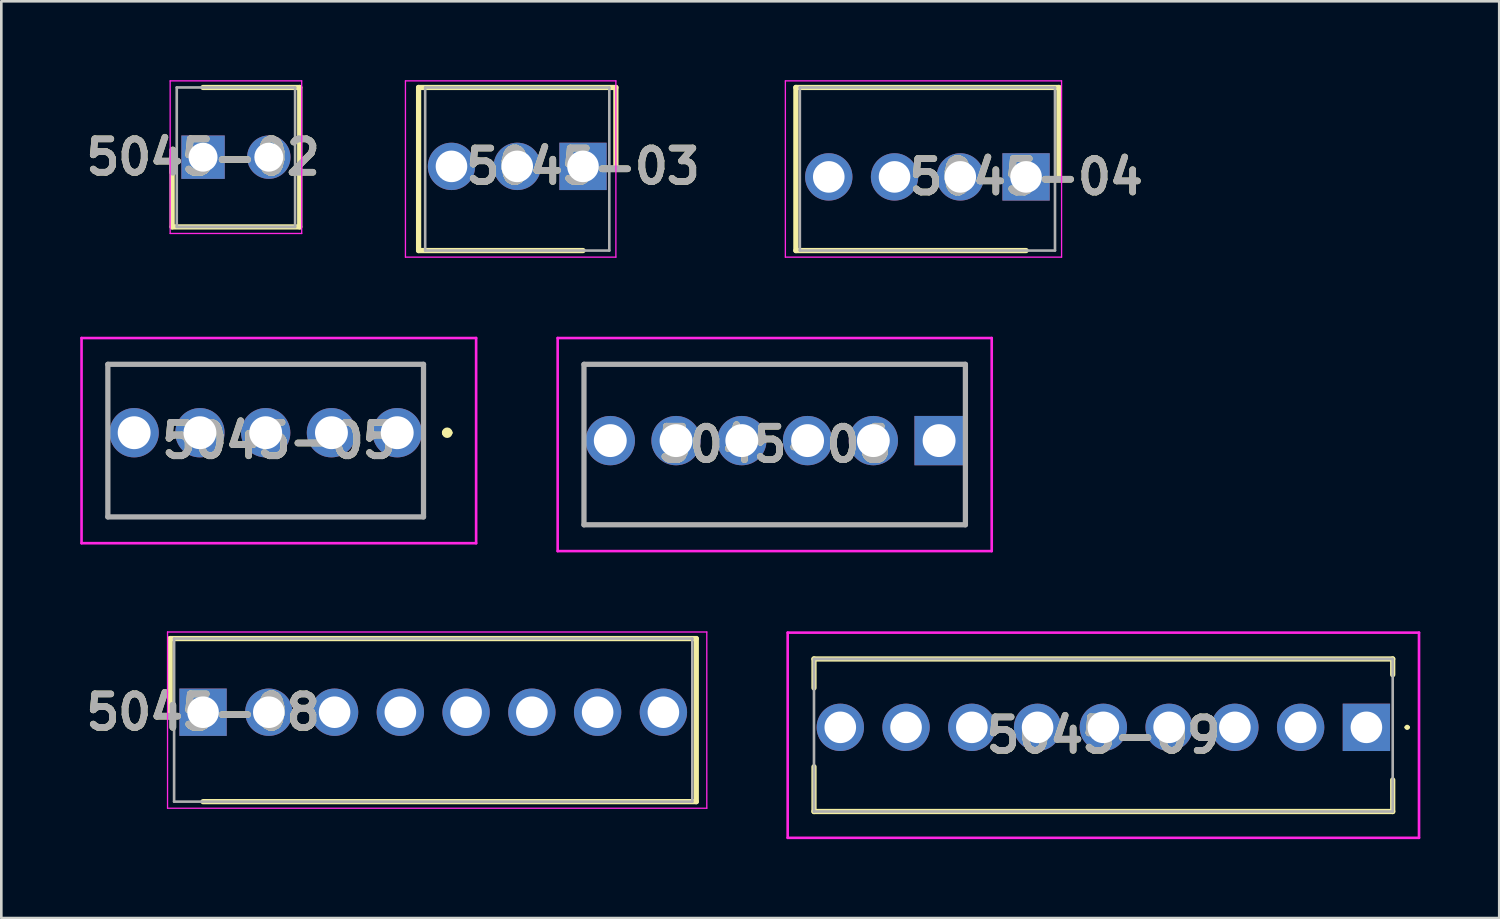
<source format=kicad_pcb>
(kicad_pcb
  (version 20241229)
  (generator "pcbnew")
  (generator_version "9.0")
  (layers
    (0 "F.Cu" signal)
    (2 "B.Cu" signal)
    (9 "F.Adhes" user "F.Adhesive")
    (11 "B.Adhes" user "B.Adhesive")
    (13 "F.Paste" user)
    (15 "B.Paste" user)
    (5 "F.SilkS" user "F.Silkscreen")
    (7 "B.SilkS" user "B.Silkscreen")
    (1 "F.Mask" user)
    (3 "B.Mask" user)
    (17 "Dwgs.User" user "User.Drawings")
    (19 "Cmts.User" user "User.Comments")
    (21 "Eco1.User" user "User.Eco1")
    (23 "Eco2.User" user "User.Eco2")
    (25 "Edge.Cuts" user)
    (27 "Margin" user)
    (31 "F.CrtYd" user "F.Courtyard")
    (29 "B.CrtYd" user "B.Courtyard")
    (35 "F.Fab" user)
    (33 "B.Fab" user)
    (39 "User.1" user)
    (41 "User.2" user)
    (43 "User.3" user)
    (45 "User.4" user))
  (footprint "5045-03"
    (layer "F.Cu")
    (at 19.113 3.275)
    (property "Reference" "5045-03" (at 0 0 0) (layer "F.SilkS") (effects (font (size 1.27 1.27) (thickness 0.254))))
    (attr through_hole)
    (fp_line (start -6.25 -3) (end 1.25 -3) (stroke (width 0.2) (type solid)) (layer "F.SilkS"))
    (fp_line (start -6.25 3.2) (end -6.25 -3) (stroke (width 0.2) (type solid)) (layer "F.SilkS"))
    (fp_line (start 0 3.2) (end -6.25 3.2) (stroke (width 0.2) (type solid)) (layer "F.SilkS"))
    (fp_line (start 1.25 -3) (end 1.25 0) (stroke (width 0.2) (type solid)) (layer "F.SilkS"))
    (fp_line (start -6.75 -3.25) (end 1.25 -3.25) (stroke (width 0.05) (type solid)) (layer "F.CrtYd"))
    (fp_line (start -6.75 3.45) (end -6.75 -3.25) (stroke (width 0.05) (type solid)) (layer "F.CrtYd"))
    (fp_line (start 1.25 -3.25) (end 1.25 3.45) (stroke (width 0.05) (type solid)) (layer "F.CrtYd"))
    (fp_line (start 1.25 3.45) (end -6.75 3.45) (stroke (width 0.05) (type solid)) (layer "F.CrtYd"))
    (fp_line (start -6 -3) (end 1 -3) (stroke (width 0.1) (type solid)) (layer "F.Fab"))
    (fp_line (start -6 3.2) (end -6 -3) (stroke (width 0.1) (type solid)) (layer "F.Fab"))
    (fp_line (start 1 -3) (end 1 3.2) (stroke (width 0.1) (type solid)) (layer "F.Fab"))
    (fp_line (start 1 3.2) (end -6 3.2) (stroke (width 0.1) (type solid)) (layer "F.Fab"))
    (fp_text user "${REFERENCE}" (at 0 0 0) (layer "F.Fab") (effects (font (size 1.27 1.27) (thickness 0.254))))
    (pad "1" thru_hole rect (at 0 0) (size 1.8 1.8) (drill 1.2) (layers "*.Cu" "*.Mask"))
    (pad "2" thru_hole circle (at -2.5 0) (size 1.8 1.8) (drill 1.2) (layers "*.Cu" "*.Mask"))
    (pad "3" thru_hole circle (at -5 0) (size 1.8 1.8) (drill 1.2) (layers "*.Cu" "*.Mask")))
  (footprint "5045-06"
    (layer "F.Cu")
    (at 32.65 13.7)
    (property "Reference" "5045-06" (at -6.25 0.15 0) (layer "F.SilkS") (effects (font (size 1.27 1.27) (thickness 0.254))))
    (attr through_hole)
    (fp_line (start -13.5 -2.9) (end 1 -2.9) (stroke (width 0.1) (type solid)) (layer "F.SilkS"))
    (fp_line (start -13.5 -1) (end -13.5 -2.9) (stroke (width 0.1) (type solid)) (layer "F.SilkS"))
    (fp_line (start -13.5 1) (end -13.5 3) (stroke (width 0.1) (type solid)) (layer "F.SilkS"))
    (fp_line (start -13.5 3) (end -13.5 3.2) (stroke (width 0.1) (type solid)) (layer "F.SilkS"))
    (fp_line (start -13.5 3.2) (end 1 3.2) (stroke (width 0.1) (type solid)) (layer "F.SilkS"))
    (fp_line (start 1 -2.9) (end 1 -1.5) (stroke (width 0.1) (type solid)) (layer "F.SilkS"))
    (fp_line (start 1 3.2) (end 1 1.5) (stroke (width 0.1) (type solid)) (layer "F.SilkS"))
    (fp_line (start -14.5 -3.9) (end 2 -3.9) (stroke (width 0.1) (type solid)) (layer "F.CrtYd"))
    (fp_line (start -14.5 4.2) (end -14.5 -3.9) (stroke (width 0.1) (type solid)) (layer "F.CrtYd"))
    (fp_line (start 2 -3.9) (end 2 4.2) (stroke (width 0.1) (type solid)) (layer "F.CrtYd"))
    (fp_line (start 2 4.2) (end -14.5 4.2) (stroke (width 0.1) (type solid)) (layer "F.CrtYd"))
    (fp_line (start -13.5 -2.9) (end 1 -2.9) (stroke (width 0.2) (type solid)) (layer "F.Fab"))
    (fp_line (start -13.5 3.2) (end -13.5 -2.9) (stroke (width 0.2) (type solid)) (layer "F.Fab"))
    (fp_line (start 1 -2.9) (end 1 3.2) (stroke (width 0.2) (type solid)) (layer "F.Fab"))
    (fp_line (start 1 3.2) (end -13.5 3.2) (stroke (width 0.2) (type solid)) (layer "F.Fab"))
    (fp_text user "${REFERENCE}" (at -6.25 0.15 0) (layer "F.Fab") (effects (font (size 1.27 1.27) (thickness 0.254))))
    (pad "1" thru_hole rect (at 0 0) (size 1.875 1.875) (drill 1.25) (layers "*.Cu" "*.Mask"))
    (pad "2" thru_hole circle (at -2.5 0) (size 1.875 1.875) (drill 1.25) (layers "*.Cu" "*.Mask"))
    (pad "3" thru_hole circle (at -5 0) (size 1.875 1.875) (drill 1.25) (layers "*.Cu" "*.Mask"))
    (pad "4" thru_hole circle (at -7.5 0) (size 1.875 1.875) (drill 1.25) (layers "*.Cu" "*.Mask"))
    (pad "5" thru_hole circle (at -10 0) (size 1.875 1.875) (drill 1.25) (layers "*.Cu" "*.Mask"))
    (pad "6" thru_hole circle (at -12.5 0) (size 1.875 1.875) (drill 1.25) (layers "*.Cu" "*.Mask")))
  (footprint "5045-02"
    (layer "F.Cu")
    (at 4.669 2.925)
    (property "Reference" "5045-02" (at 0 0 0) (layer "F.SilkS") (effects (font (size 1.27 1.27) (thickness 0.254))))
    (attr through_hole)
    (fp_line (start -1.175 0) (end -1.175 2.65) (stroke (width 0.2) (type solid)) (layer "F.SilkS"))
    (fp_line (start -1.175 2.65) (end 3.675 2.65) (stroke (width 0.2) (type solid)) (layer "F.SilkS"))
    (fp_line (start 3.675 -2.65) (end 0 -2.65) (stroke (width 0.2) (type solid)) (layer "F.SilkS"))
    (fp_line (start 3.675 2.65) (end 3.675 -2.65) (stroke (width 0.2) (type solid)) (layer "F.SilkS"))
    (fp_line (start -1.25 -2.9) (end 3.75 -2.9) (stroke (width 0.05) (type solid)) (layer "F.CrtYd"))
    (fp_line (start -1.25 2.9) (end -1.25 -2.9) (stroke (width 0.05) (type solid)) (layer "F.CrtYd"))
    (fp_line (start 3.75 -2.9) (end 3.75 2.9) (stroke (width 0.05) (type solid)) (layer "F.CrtYd"))
    (fp_line (start 3.75 2.9) (end -1.25 2.9) (stroke (width 0.05) (type solid)) (layer "F.CrtYd"))
    (fp_line (start -1 -2.65) (end 3.5 -2.65) (stroke (width 0.1) (type solid)) (layer "F.Fab"))
    (fp_line (start -1 2.65) (end -1 -2.65) (stroke (width 0.1) (type solid)) (layer "F.Fab"))
    (fp_line (start 3.5 -2.65) (end 3.5 2.65) (stroke (width 0.1) (type solid)) (layer "F.Fab"))
    (fp_line (start 3.5 2.65) (end -1 2.65) (stroke (width 0.1) (type solid)) (layer "F.Fab"))
    (fp_text user "${REFERENCE}" (at 0 0 0) (layer "F.Fab") (effects (font (size 1.27 1.27) (thickness 0.254))))
    (pad "1" thru_hole rect (at 0 0) (size 1.65 1.65) (drill 1.1) (layers "*.Cu" "*.Mask"))
    (pad "2" thru_hole circle (at 2.5 0) (size 1.65 1.65) (drill 1.1) (layers "*.Cu" "*.Mask")))
  (footprint "5045-09"
    (layer "F.Cu")
    (at 48.894 24.6)
    (property "Reference" "5045-09" (at -10 0.3 0) (layer "F.SilkS") (effects (font (size 1.27 1.27) (thickness 0.254))))
    (attr through_hole)
    (fp_line (start -21 -2.6) (end -21 -1.5) (stroke (width 0.2) (type solid)) (layer "F.SilkS"))
    (fp_line (start -21 3.2) (end -21 1.5) (stroke (width 0.2) (type solid)) (layer "F.SilkS"))
    (fp_line (start 1 -2.6) (end -21 -2.6) (stroke (width 0.2) (type solid)) (layer "F.SilkS"))
    (fp_line (start 1 -2) (end 1 -2.6) (stroke (width 0.2) (type solid)) (layer "F.SilkS"))
    (fp_line (start 1 2) (end 1 3.2) (stroke (width 0.2) (type solid)) (layer "F.SilkS"))
    (fp_line (start 1 3.2) (end -21 3.2) (stroke (width 0.2) (type solid)) (layer "F.SilkS"))
    (fp_line (start 1.5 0) (end 1.5 0) (stroke (width 0.1) (type solid)) (layer "F.SilkS"))
    (fp_line (start 1.6 0) (end 1.6 0) (stroke (width 0.1) (type solid)) (layer "F.SilkS"))
    (fp_arc (start 1.5 0) (mid 1.55 -0.05) (end 1.6 0) (stroke (width 0.1) (type solid)) (layer "F.SilkS"))
    (fp_arc (start 1.6 0) (mid 1.55 0.05) (end 1.5 0) (stroke (width 0.1) (type solid)) (layer "F.SilkS"))
    (fp_line (start -22 -3.6) (end -22 4.2) (stroke (width 0.1) (type solid)) (layer "F.CrtYd"))
    (fp_line (start -22 4.2) (end 2 4.2) (stroke (width 0.1) (type solid)) (layer "F.CrtYd"))
    (fp_line (start 2 -3.6) (end -22 -3.6) (stroke (width 0.1) (type solid)) (layer "F.CrtYd"))
    (fp_line (start 2 4.2) (end 2 -3.6) (stroke (width 0.1) (type solid)) (layer "F.CrtYd"))
    (fp_line (start -21 -2.6) (end -21 3.2) (stroke (width 0.1) (type solid)) (layer "F.Fab"))
    (fp_line (start -21 3.2) (end 1 3.2) (stroke (width 0.1) (type solid)) (layer "F.Fab"))
    (fp_line (start 1 -2.6) (end -21 -2.6) (stroke (width 0.1) (type solid)) (layer "F.Fab"))
    (fp_line (start 1 3.2) (end 1 -2.6) (stroke (width 0.1) (type solid)) (layer "F.Fab"))
    (fp_text user "${REFERENCE}" (at -10 0.3 0) (layer "F.Fab") (effects (font (size 1.27 1.27) (thickness 0.254))))
    (pad "1" thru_hole rect (at 0 0) (size 1.8 1.8) (drill 1.2) (layers "*.Cu" "*.Mask"))
    (pad "2" thru_hole circle (at -2.5 0) (size 1.8 1.8) (drill 1.2) (layers "*.Cu" "*.Mask"))
    (pad "3" thru_hole circle (at -5 0) (size 1.8 1.8) (drill 1.2) (layers "*.Cu" "*.Mask"))
    (pad "4" thru_hole circle (at -7.5 0) (size 1.8 1.8) (drill 1.2) (layers "*.Cu" "*.Mask"))
    (pad "5" thru_hole circle (at -10 0) (size 1.8 1.8) (drill 1.2) (layers "*.Cu" "*.Mask"))
    (pad "6" thru_hole circle (at -12.5 0) (size 1.8 1.8) (drill 1.2) (layers "*.Cu" "*.Mask"))
    (pad "7" thru_hole circle (at -15 0) (size 1.8 1.8) (drill 1.2) (layers "*.Cu" "*.Mask"))
    (pad "8" thru_hole circle (at -17.5 0) (size 1.8 1.8) (drill 1.2) (layers "*.Cu" "*.Mask"))
    (pad "9" thru_hole circle (at -20 0) (size 1.8 1.8) (drill 1.2) (layers "*.Cu" "*.Mask")))
  (footprint "5045-08"
    (layer "F.Cu")
    (at 4.669 24.025)
    (property "Reference" "5045-08" (at 0 0 0) (layer "F.SilkS") (effects (font (size 1.27 1.27) (thickness 0.254))))
    (attr through_hole)
    (fp_line (start -1.25 -2.8) (end -1.25 0) (stroke (width 0.2) (type solid)) (layer "F.SilkS"))
    (fp_line (start 0 3.4) (end 18.75 3.4) (stroke (width 0.2) (type solid)) (layer "F.SilkS"))
    (fp_line (start 18.75 -2.8) (end -1.25 -2.8) (stroke (width 0.2) (type solid)) (layer "F.SilkS"))
    (fp_line (start 18.75 3.4) (end 18.75 -2.8) (stroke (width 0.2) (type solid)) (layer "F.SilkS"))
    (fp_line (start -1.35 -3.05) (end 19.15 -3.05) (stroke (width 0.05) (type solid)) (layer "F.CrtYd"))
    (fp_line (start -1.35 3.65) (end -1.35 -3.05) (stroke (width 0.05) (type solid)) (layer "F.CrtYd"))
    (fp_line (start 19.15 -3.05) (end 19.15 3.65) (stroke (width 0.05) (type solid)) (layer "F.CrtYd"))
    (fp_line (start 19.15 3.65) (end -1.35 3.65) (stroke (width 0.05) (type solid)) (layer "F.CrtYd"))
    (fp_line (start -1.1 -2.8) (end 18.6 -2.8) (stroke (width 0.1) (type solid)) (layer "F.Fab"))
    (fp_line (start -1.1 3.4) (end -1.1 -2.8) (stroke (width 0.1) (type solid)) (layer "F.Fab"))
    (fp_line (start 18.6 -2.8) (end 18.6 3.4) (stroke (width 0.1) (type solid)) (layer "F.Fab"))
    (fp_line (start 18.6 3.4) (end -1.1 3.4) (stroke (width 0.1) (type solid)) (layer "F.Fab"))
    (fp_text user "${REFERENCE}" (at 0 0 0) (layer "F.Fab") (effects (font (size 1.27 1.27) (thickness 0.254))))
    (pad "1" thru_hole rect (at 0 0) (size 1.8 1.8) (drill 1.2) (layers "*.Cu" "*.Mask"))
    (pad "2" thru_hole circle (at 2.5 0) (size 1.8 1.8) (drill 1.2) (layers "*.Cu" "*.Mask"))
    (pad "3" thru_hole circle (at 5 0) (size 1.8 1.8) (drill 1.2) (layers "*.Cu" "*.Mask"))
    (pad "4" thru_hole circle (at 7.5 0) (size 1.8 1.8) (drill 1.2) (layers "*.Cu" "*.Mask"))
    (pad "5" thru_hole circle (at 10 0) (size 1.8 1.8) (drill 1.2) (layers "*.Cu" "*.Mask"))
    (pad "6" thru_hole circle (at 12.5 0) (size 1.8 1.8) (drill 1.2) (layers "*.Cu" "*.Mask"))
    (pad "7" thru_hole circle (at 15 0) (size 1.8 1.8) (drill 1.2) (layers "*.Cu" "*.Mask"))
    (pad "8" thru_hole circle (at 17.5 0) (size 1.8 1.8) (drill 1.2) (layers "*.Cu" "*.Mask")))
  (footprint "5045-05"
    (layer "F.Cu")
    (at 12.05 13.4)
    (property "Reference" "5045-05" (at -4.5 0.3 0) (layer "F.SilkS") (effects (font (size 1.27 1.27) (thickness 0.254))))
    (attr through_hole)
    (fp_line (start -11 -2.6) (end 1 -2.6) (stroke (width 0.1) (type solid)) (layer "F.SilkS"))
    (fp_line (start -11 3.2) (end 1 3.2) (stroke (width 0.1) (type solid)) (layer "F.SilkS"))
    (fp_line (start 1.8 0) (end 1.8 0) (stroke (width 0.2) (type solid)) (layer "F.SilkS"))
    (fp_line (start 2 0) (end 2 0) (stroke (width 0.2) (type solid)) (layer "F.SilkS"))
    (fp_arc (start 1.8 0) (mid 1.9 -0.1) (end 2 0) (stroke (width 0.2) (type solid)) (layer "F.SilkS"))
    (fp_arc (start 2 0) (mid 1.9 0.1) (end 1.8 0) (stroke (width 0.2) (type solid)) (layer "F.SilkS"))
    (fp_line (start -12 -3.6) (end 3 -3.6) (stroke (width 0.1) (type solid)) (layer "F.CrtYd"))
    (fp_line (start -12 4.2) (end -12 -3.6) (stroke (width 0.1) (type solid)) (layer "F.CrtYd"))
    (fp_line (start 3 -3.6) (end 3 4.2) (stroke (width 0.1) (type solid)) (layer "F.CrtYd"))
    (fp_line (start 3 4.2) (end -12 4.2) (stroke (width 0.1) (type solid)) (layer "F.CrtYd"))
    (fp_line (start -11 -2.6) (end 1 -2.6) (stroke (width 0.2) (type solid)) (layer "F.Fab"))
    (fp_line (start -11 3.2) (end -11 -2.6) (stroke (width 0.2) (type solid)) (layer "F.Fab"))
    (fp_line (start 1 -2.6) (end 1 3.2) (stroke (width 0.2) (type solid)) (layer "F.Fab"))
    (fp_line (start 1 3.2) (end -11 3.2) (stroke (width 0.2) (type solid)) (layer "F.Fab"))
    (fp_text user "${REFERENCE}" (at -4.5 0.3 0) (layer "F.Fab") (effects (font (size 1.27 1.27) (thickness 0.254))))
    (pad "1" thru_hole circle (at 0 0) (size 1.875 1.875) (drill 1.25) (layers "*.Cu" "*.Mask"))
    (pad "2" thru_hole circle (at -2.5 0) (size 1.875 1.875) (drill 1.25) (layers "*.Cu" "*.Mask"))
    (pad "3" thru_hole circle (at -5 0) (size 1.875 1.875) (drill 1.25) (layers "*.Cu" "*.Mask"))
    (pad "4" thru_hole circle (at -7.5 0) (size 1.875 1.875) (drill 1.25) (layers "*.Cu" "*.Mask"))
    (pad "5" thru_hole circle (at -10 0) (size 1.875 1.875) (drill 1.25) (layers "*.Cu" "*.Mask")))
  (footprint "5045-04"
    (layer "F.Cu")
    (at 35.956 3.675)
    (property "Reference" "5045-04" (at 0 0 0) (layer "F.SilkS") (effects (font (size 1.27 1.27) (thickness 0.254))))
    (attr through_hole)
    (fp_line (start -8.75 -3.4) (end 1.25 -3.4) (stroke (width 0.2) (type solid)) (layer "F.SilkS"))
    (fp_line (start -8.75 2.8) (end -8.75 -3.4) (stroke (width 0.2) (type solid)) (layer "F.SilkS"))
    (fp_line (start 0 2.8) (end -8.75 2.8) (stroke (width 0.2) (type solid)) (layer "F.SilkS"))
    (fp_line (start 1.25 -3.4) (end 1.25 0) (stroke (width 0.2) (type solid)) (layer "F.SilkS"))
    (fp_line (start -9.15 -3.65) (end 1.35 -3.65) (stroke (width 0.05) (type solid)) (layer "F.CrtYd"))
    (fp_line (start -9.15 3.05) (end -9.15 -3.65) (stroke (width 0.05) (type solid)) (layer "F.CrtYd"))
    (fp_line (start 1.35 -3.65) (end 1.35 3.05) (stroke (width 0.05) (type solid)) (layer "F.CrtYd"))
    (fp_line (start 1.35 3.05) (end -9.15 3.05) (stroke (width 0.05) (type solid)) (layer "F.CrtYd"))
    (fp_line (start -8.6 -3.4) (end 1.1 -3.4) (stroke (width 0.1) (type solid)) (layer "F.Fab"))
    (fp_line (start -8.6 2.8) (end -8.6 -3.4) (stroke (width 0.1) (type solid)) (layer "F.Fab"))
    (fp_line (start 1.1 -3.4) (end 1.1 2.8) (stroke (width 0.1) (type solid)) (layer "F.Fab"))
    (fp_line (start 1.1 2.8) (end -8.6 2.8) (stroke (width 0.1) (type solid)) (layer "F.Fab"))
    (fp_text user "${REFERENCE}" (at 0 0 0) (layer "F.Fab") (effects (font (size 1.27 1.27) (thickness 0.254))))
    (pad "1" thru_hole rect (at 0 0) (size 1.8 1.8) (drill 1.2) (layers "*.Cu" "*.Mask"))
    (pad "2" thru_hole circle (at -2.5 0) (size 1.8 1.8) (drill 1.2) (layers "*.Cu" "*.Mask"))
    (pad "3" thru_hole circle (at -5 0) (size 1.8 1.8) (drill 1.2) (layers "*.Cu" "*.Mask"))
    (pad "4" thru_hole circle (at -7.5 0) (size 1.8 1.8) (drill 1.2) (layers "*.Cu" "*.Mask")))
  (gr_rect
    (start -3 -3)
    (end 53.944 31.85)
    (stroke (width 0.1) (type default))
    (fill no)
    (layer "Edge.Cuts")))
</source>
